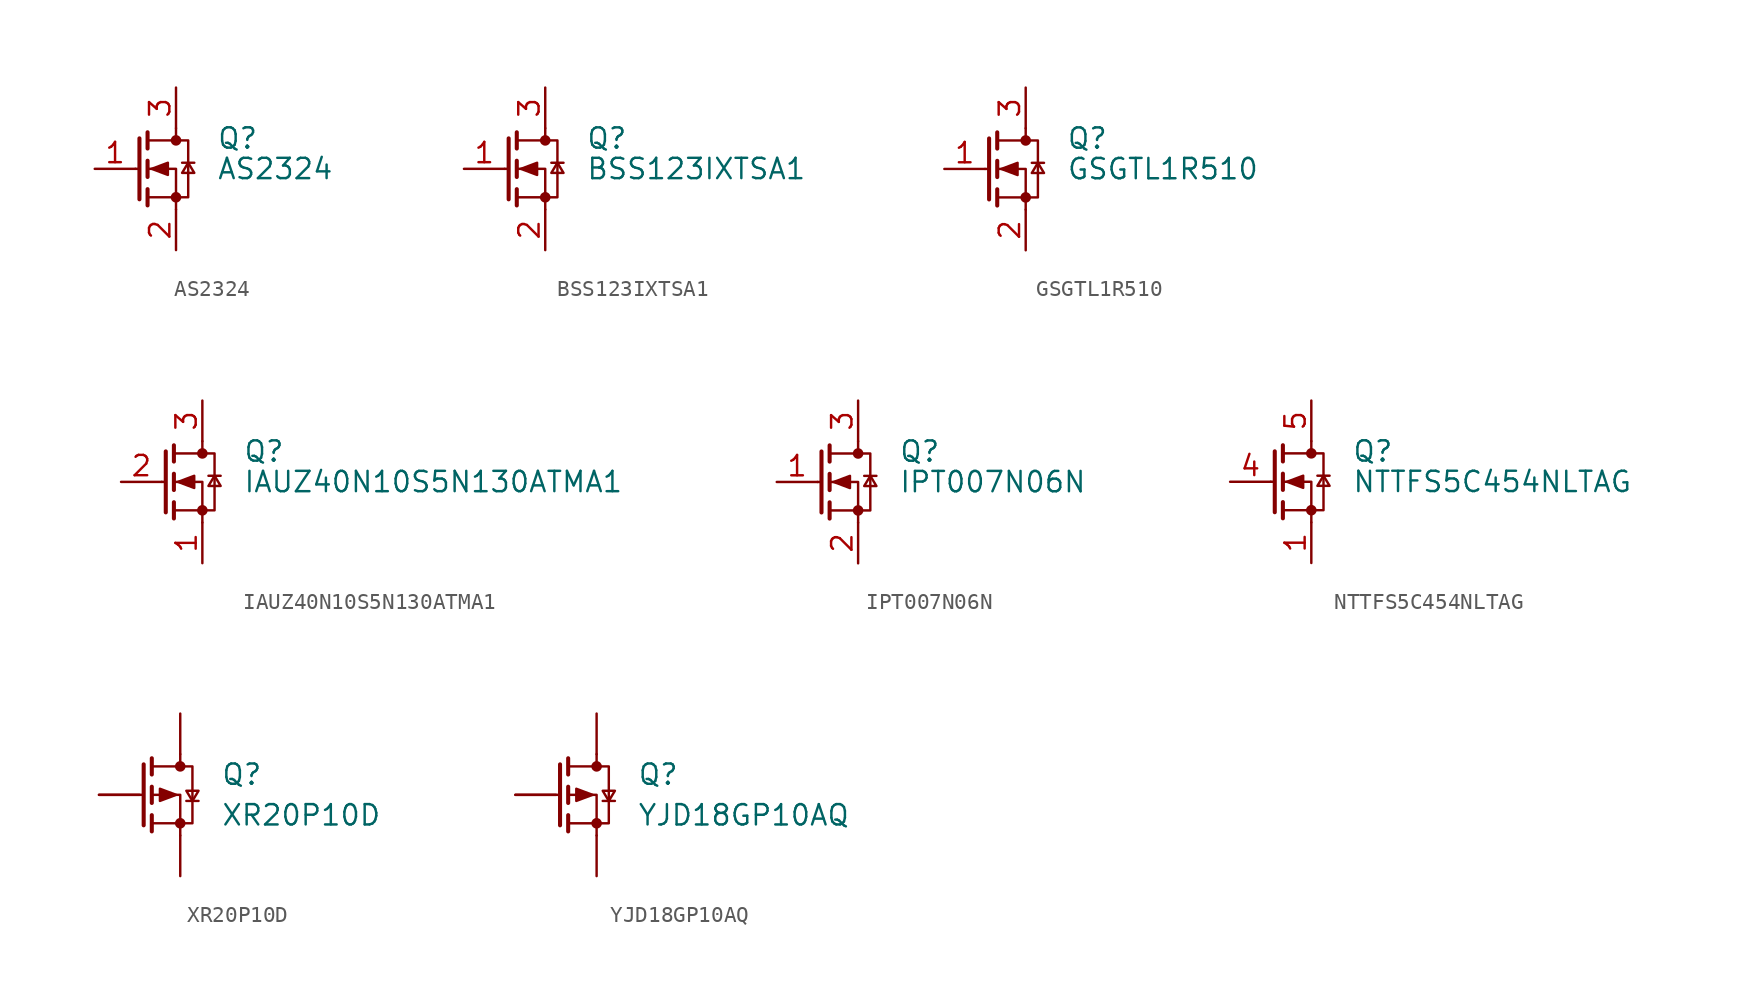
<source format=kicad_sym>
(kicad_symbol_lib
  (version 20241209)
  (generator "kicad_symbol_editor")
  (generator_version "9.0")
  (symbol "AS2324"
    (pin_names
      (offset 0)
      (hide yes))
    (property "Reference" "Q"
      (at 5.08 1.905 0)
      (effects (font (size 1.27 1.27)) (justify left)))
    (property "Value" "AS2324"
      (at 5.08 0 0)
      (effects (font (size 1.27 1.27)) (justify left)))
    (symbol "AS2324_0_1"
      (polyline (pts (xy 0.254 1.905) (xy 0.254 -1.905)) (stroke (width 0.254) (type default)) (fill (type none)))
      (polyline (pts (xy 0.254 0) (xy 0 0)) (stroke (width 0) (type default)) (fill (type none)))
      (polyline (pts (xy 0.762 2.286) (xy 0.762 1.27)) (stroke (width 0.254) (type default)) (fill (type none)))
      (polyline (pts (xy 0.762 0.508) (xy 0.762 -0.508)) (stroke (width 0.254) (type default)) (fill (type none)))
      (polyline (pts (xy 0.762 -1.27) (xy 0.762 -2.286)) (stroke (width 0.254) (type default)) (fill (type none)))
      (polyline (pts (xy 0.762 -1.778) (xy 3.302 -1.778) (xy 3.302 1.778) (xy 0.762 1.778)) (stroke (width 0) (type default)) (fill (type none)))
      (polyline (pts (xy 1.016 0) (xy 2.032 0.381) (xy 2.032 -0.381) (xy 1.016 0)) (stroke (width 0) (type default)) (fill (type outline)))
      (polyline (pts (xy 2.54 2.54) (xy 2.54 1.778)) (stroke (width 0) (type default)) (fill (type none)))
      (circle (center 2.54 1.778) (radius 0.254) (stroke (width 0) (type default)) (fill (type outline)))
      (circle (center 2.54 -1.778) (radius 0.254) (stroke (width 0) (type default)) (fill (type outline)))
      (polyline (pts (xy 2.54 -2.54) (xy 2.54 0) (xy 0.762 0)) (stroke (width 0) (type default)) (fill (type none)))
      (polyline (pts (xy 2.921 0.381) (xy 3.683 0.381)) (stroke (width 0) (type default)) (fill (type none)))
      (polyline (pts (xy 3.302 0.381) (xy 2.921 -0.254) (xy 3.683 -0.254) (xy 3.302 0.381)) (stroke (width 0) (type default)) (fill (type none))))
    (symbol "AS2324_1_1"
      (pin input line (at -2.54 0 0) (length 2.54) (name "G" (effects (font (size 1.27 1.27)))) (number "1" (effects (font (size 1.27 1.27)))))
      (pin passive line (at 2.54 5.08 270) (length 2.54) (name "D" (effects (font (size 1.27 1.27)))) (number "3" (effects (font (size 1.27 1.27)))))
      (pin passive line (at 2.54 -5.08 90) (length 2.54) (name "S" (effects (font (size 1.27 1.27)))) (number "2" (effects (font (size 1.27 1.27)))))))
  (symbol "BSS123IXTSA1"
    (pin_names
      (offset 0)
      (hide yes))
    (property "Reference" "Q"
      (at 5.08 1.905 0)
      (effects (font (size 1.27 1.27)) (justify left)))
    (property "Value" "BSS123IXTSA1"
      (at 5.08 0 0)
      (effects (font (size 1.27 1.27)) (justify left)))
    (symbol "BSS123IXTSA1_0_1"
      (polyline (pts (xy 0.254 1.905) (xy 0.254 -1.905)) (stroke (width 0.254) (type default)) (fill (type none)))
      (polyline (pts (xy 0.254 0) (xy 0 0)) (stroke (width 0) (type default)) (fill (type none)))
      (polyline (pts (xy 0.762 2.286) (xy 0.762 1.27)) (stroke (width 0.254) (type default)) (fill (type none)))
      (polyline (pts (xy 0.762 0.508) (xy 0.762 -0.508)) (stroke (width 0.254) (type default)) (fill (type none)))
      (polyline (pts (xy 0.762 -1.27) (xy 0.762 -2.286)) (stroke (width 0.254) (type default)) (fill (type none)))
      (polyline (pts (xy 0.762 -1.778) (xy 3.302 -1.778) (xy 3.302 1.778) (xy 0.762 1.778)) (stroke (width 0) (type default)) (fill (type none)))
      (polyline (pts (xy 1.016 0) (xy 2.032 0.381) (xy 2.032 -0.381) (xy 1.016 0)) (stroke (width 0) (type default)) (fill (type outline)))
      (polyline (pts (xy 2.54 2.54) (xy 2.54 1.778)) (stroke (width 0) (type default)) (fill (type none)))
      (circle (center 2.54 1.778) (radius 0.254) (stroke (width 0) (type default)) (fill (type outline)))
      (circle (center 2.54 -1.778) (radius 0.254) (stroke (width 0) (type default)) (fill (type outline)))
      (polyline (pts (xy 2.54 -2.54) (xy 2.54 0) (xy 0.762 0)) (stroke (width 0) (type default)) (fill (type none)))
      (polyline (pts (xy 2.921 0.381) (xy 3.683 0.381)) (stroke (width 0) (type default)) (fill (type none)))
      (polyline (pts (xy 3.302 0.381) (xy 2.921 -0.254) (xy 3.683 -0.254) (xy 3.302 0.381)) (stroke (width 0) (type default)) (fill (type none))))
    (symbol "BSS123IXTSA1_1_1"
      (pin input line (at -2.54 0 0) (length 2.54) (name "G" (effects (font (size 1.27 1.27)))) (number "1" (effects (font (size 1.27 1.27)))))
      (pin passive line (at 2.54 5.08 270) (length 2.54) (name "D" (effects (font (size 1.27 1.27)))) (number "3" (effects (font (size 1.27 1.27)))))
      (pin passive line (at 2.54 -5.08 90) (length 2.54) (name "S" (effects (font (size 1.27 1.27)))) (number "2" (effects (font (size 1.27 1.27)))))))
  (symbol "GSGTL1R510"
    (pin_names
      (offset 0)
      (hide yes))
    (property "Reference" "Q"
      (at 5.08 1.905 0)
      (effects (font (size 1.27 1.27)) (justify left)))
    (property "Value" "GSGTL1R510"
      (at 5.08 0 0)
      (effects (font (size 1.27 1.27)) (justify left)))
    (symbol "GSGTL1R510_0_1"
      (polyline (pts (xy 0.254 1.905) (xy 0.254 -1.905)) (stroke (width 0.254) (type default)) (fill (type none)))
      (polyline (pts (xy 0.254 0) (xy 0 0)) (stroke (width 0) (type default)) (fill (type none)))
      (polyline (pts (xy 0.762 2.286) (xy 0.762 1.27)) (stroke (width 0.254) (type default)) (fill (type none)))
      (polyline (pts (xy 0.762 0.508) (xy 0.762 -0.508)) (stroke (width 0.254) (type default)) (fill (type none)))
      (polyline (pts (xy 0.762 -1.27) (xy 0.762 -2.286)) (stroke (width 0.254) (type default)) (fill (type none)))
      (polyline (pts (xy 0.762 -1.778) (xy 3.302 -1.778) (xy 3.302 1.778) (xy 0.762 1.778)) (stroke (width 0) (type default)) (fill (type none)))
      (polyline (pts (xy 1.016 0) (xy 2.032 0.381) (xy 2.032 -0.381) (xy 1.016 0)) (stroke (width 0) (type default)) (fill (type outline)))
      (polyline (pts (xy 2.54 2.54) (xy 2.54 1.778)) (stroke (width 0) (type default)) (fill (type none)))
      (circle (center 2.54 1.778) (radius 0.254) (stroke (width 0) (type default)) (fill (type outline)))
      (circle (center 2.54 -1.778) (radius 0.254) (stroke (width 0) (type default)) (fill (type outline)))
      (polyline (pts (xy 2.54 -2.54) (xy 2.54 0) (xy 0.762 0)) (stroke (width 0) (type default)) (fill (type none)))
      (polyline (pts (xy 2.921 0.381) (xy 3.683 0.381)) (stroke (width 0) (type default)) (fill (type none)))
      (polyline (pts (xy 3.302 0.381) (xy 2.921 -0.254) (xy 3.683 -0.254) (xy 3.302 0.381)) (stroke (width 0) (type default)) (fill (type none))))
    (symbol "GSGTL1R510_1_1"
      (pin input line (at -2.54 0 0) (length 2.54) (name "G" (effects (font (size 1.27 1.27)))) (number "1" (effects (font (size 1.27 1.27)))))
      (pin passive line (at 2.54 5.08 270) (length 2.54) (name "D" (effects (font (size 1.27 1.27)))) (number "3" (effects (font (size 1.27 1.27)))))
      (pin passive line (at 2.54 -5.08 90) (length 2.54) (name "S" (effects (font (size 1.27 1.27)))) (number "2" (effects (font (size 1.27 1.27)))))))
  (symbol "IAUZ40N10S5N130ATMA1"
    (pin_names
      (offset 0)
      (hide yes))
    (property "Reference" "Q"
      (at 5.08 1.905 0)
      (effects (font (size 1.27 1.27)) (justify left)))
    (property "Value" "IAUZ40N10S5N130ATMA1"
      (at 5.08 0 0)
      (effects (font (size 1.27 1.27)) (justify left)))
    (symbol "IAUZ40N10S5N130ATMA1_0_1"
      (polyline (pts (xy 0.254 1.905) (xy 0.254 -1.905)) (stroke (width 0.254) (type default)) (fill (type none)))
      (polyline (pts (xy 0.254 0) (xy 0 0)) (stroke (width 0) (type default)) (fill (type none)))
      (polyline (pts (xy 0.762 2.286) (xy 0.762 1.27)) (stroke (width 0.254) (type default)) (fill (type none)))
      (polyline (pts (xy 0.762 0.508) (xy 0.762 -0.508)) (stroke (width 0.254) (type default)) (fill (type none)))
      (polyline (pts (xy 0.762 -1.27) (xy 0.762 -2.286)) (stroke (width 0.254) (type default)) (fill (type none)))
      (polyline (pts (xy 0.762 -1.778) (xy 3.302 -1.778) (xy 3.302 1.778) (xy 0.762 1.778)) (stroke (width 0) (type default)) (fill (type none)))
      (polyline (pts (xy 1.016 0) (xy 2.032 0.381) (xy 2.032 -0.381) (xy 1.016 0)) (stroke (width 0) (type default)) (fill (type outline)))
      (polyline (pts (xy 2.54 2.54) (xy 2.54 1.778)) (stroke (width 0) (type default)) (fill (type none)))
      (circle (center 2.54 1.778) (radius 0.254) (stroke (width 0) (type default)) (fill (type outline)))
      (circle (center 2.54 -1.778) (radius 0.254) (stroke (width 0) (type default)) (fill (type outline)))
      (polyline (pts (xy 2.54 -2.54) (xy 2.54 0) (xy 0.762 0)) (stroke (width 0) (type default)) (fill (type none)))
      (polyline (pts (xy 2.921 0.381) (xy 3.683 0.381)) (stroke (width 0) (type default)) (fill (type none)))
      (polyline (pts (xy 3.302 0.381) (xy 2.921 -0.254) (xy 3.683 -0.254) (xy 3.302 0.381)) (stroke (width 0) (type default)) (fill (type none))))
    (symbol "IAUZ40N10S5N130ATMA1_1_1"
      (pin input line (at -2.54 0 0) (length 2.54) (name "G" (effects (font (size 1.27 1.27)))) (number "2" (effects (font (size 1.27 1.27)))))
      (pin passive line (at 2.54 5.08 270) (length 2.54) (name "D" (effects (font (size 1.27 1.27)))) (number "3" (effects (font (size 1.27 1.27)))))
      (pin passive line (at 2.54 -5.08 90) (length 2.54) (name "S" (effects (font (size 1.27 1.27)))) (number "1" (effects (font (size 1.27 1.27)))))))
  (symbol "IPT007N06N"
    (pin_names
      (offset 0)
      (hide yes))
    (property "Reference" "Q"
      (at 5.08 1.905 0)
      (effects (font (size 1.27 1.27)) (justify left)))
    (property "Value" "IPT007N06N"
      (at 5.08 0 0)
      (effects (font (size 1.27 1.27)) (justify left)))
    (symbol "IPT007N06N_0_1"
      (polyline (pts (xy 0.254 1.905) (xy 0.254 -1.905)) (stroke (width 0.254) (type default)) (fill (type none)))
      (polyline (pts (xy 0.254 0) (xy 0 0)) (stroke (width 0) (type default)) (fill (type none)))
      (polyline (pts (xy 0.762 2.286) (xy 0.762 1.27)) (stroke (width 0.254) (type default)) (fill (type none)))
      (polyline (pts (xy 0.762 0.508) (xy 0.762 -0.508)) (stroke (width 0.254) (type default)) (fill (type none)))
      (polyline (pts (xy 0.762 -1.27) (xy 0.762 -2.286)) (stroke (width 0.254) (type default)) (fill (type none)))
      (polyline (pts (xy 0.762 -1.778) (xy 3.302 -1.778) (xy 3.302 1.778) (xy 0.762 1.778)) (stroke (width 0) (type default)) (fill (type none)))
      (polyline (pts (xy 1.016 0) (xy 2.032 0.381) (xy 2.032 -0.381) (xy 1.016 0)) (stroke (width 0) (type default)) (fill (type outline)))
      (polyline (pts (xy 2.54 2.54) (xy 2.54 1.778)) (stroke (width 0) (type default)) (fill (type none)))
      (circle (center 2.54 1.778) (radius 0.254) (stroke (width 0) (type default)) (fill (type outline)))
      (circle (center 2.54 -1.778) (radius 0.254) (stroke (width 0) (type default)) (fill (type outline)))
      (polyline (pts (xy 2.54 -2.54) (xy 2.54 0) (xy 0.762 0)) (stroke (width 0) (type default)) (fill (type none)))
      (polyline (pts (xy 2.921 0.381) (xy 3.683 0.381)) (stroke (width 0) (type default)) (fill (type none)))
      (polyline (pts (xy 3.302 0.381) (xy 2.921 -0.254) (xy 3.683 -0.254) (xy 3.302 0.381)) (stroke (width 0) (type default)) (fill (type none))))
    (symbol "IPT007N06N_1_1"
      (pin input line (at -2.54 0 0) (length 2.54) (name "G" (effects (font (size 1.27 1.27)))) (number "1" (effects (font (size 1.27 1.27)))))
      (pin passive line (at 2.54 5.08 270) (length 2.54) (name "D" (effects (font (size 1.27 1.27)))) (number "3" (effects (font (size 1.27 1.27)))))
      (pin passive line (at 2.54 -5.08 90) (length 2.54) (name "S" (effects (font (size 1.27 1.27)))) (number "2" (effects (font (size 1.27 1.27)))))))
  (symbol "NTTFS5C454NLTAG"
    (pin_names
      (offset 0)
      (hide yes))
    (property "Reference" "Q"
      (at 5.08 1.905 0)
      (effects (font (size 1.27 1.27)) (justify left)))
    (property "Value" "NTTFS5C454NLTAG"
      (at 5.08 0 0)
      (effects (font (size 1.27 1.27)) (justify left)))
    (symbol "NTTFS5C454NLTAG_0_1"
      (polyline (pts (xy 0.254 1.905) (xy 0.254 -1.905)) (stroke (width 0.254) (type default)) (fill (type none)))
      (polyline (pts (xy 0.254 0) (xy 0 0)) (stroke (width 0) (type default)) (fill (type none)))
      (polyline (pts (xy 0.762 2.286) (xy 0.762 1.27)) (stroke (width 0.254) (type default)) (fill (type none)))
      (polyline (pts (xy 0.762 0.508) (xy 0.762 -0.508)) (stroke (width 0.254) (type default)) (fill (type none)))
      (polyline (pts (xy 0.762 -1.27) (xy 0.762 -2.286)) (stroke (width 0.254) (type default)) (fill (type none)))
      (polyline (pts (xy 0.762 -1.778) (xy 3.302 -1.778) (xy 3.302 1.778) (xy 0.762 1.778)) (stroke (width 0) (type default)) (fill (type none)))
      (polyline (pts (xy 1.016 0) (xy 2.032 0.381) (xy 2.032 -0.381) (xy 1.016 0)) (stroke (width 0) (type default)) (fill (type outline)))
      (polyline (pts (xy 2.54 2.54) (xy 2.54 1.778)) (stroke (width 0) (type default)) (fill (type none)))
      (circle (center 2.54 1.778) (radius 0.254) (stroke (width 0) (type default)) (fill (type outline)))
      (circle (center 2.54 -1.778) (radius 0.254) (stroke (width 0) (type default)) (fill (type outline)))
      (polyline (pts (xy 2.54 -2.54) (xy 2.54 0) (xy 0.762 0)) (stroke (width 0) (type default)) (fill (type none)))
      (polyline (pts (xy 2.921 0.381) (xy 3.683 0.381)) (stroke (width 0) (type default)) (fill (type none)))
      (polyline (pts (xy 3.302 0.381) (xy 2.921 -0.254) (xy 3.683 -0.254) (xy 3.302 0.381)) (stroke (width 0) (type default)) (fill (type none))))
    (symbol "NTTFS5C454NLTAG_1_1"
      (pin input line (at -2.54 0 0) (length 2.54) (name "G" (effects (font (size 1.27 1.27)))) (number "4" (effects (font (size 1.27 1.27)))))
      (pin passive line (at 2.54 5.08 270) (length 2.54) (name "D" (effects (font (size 1.27 1.27)))) (number "5" (effects (font (size 1.27 1.27)))))
      (pin passive line (at 2.54 5.08 270) (length 2.54) (hide yes) (name "D" (effects (font (size 1.27 1.27)))) (number "6" (effects (font (size 1.27 1.27)))))
      (pin passive line (at 2.54 5.08 270) (length 2.54) (hide yes) (name "D" (effects (font (size 1.27 1.27)))) (number "7" (effects (font (size 1.27 1.27)))))
      (pin passive line (at 2.54 5.08 270) (length 2.54) (hide yes) (name "D" (effects (font (size 1.27 1.27)))) (number "8" (effects (font (size 1.27 1.27)))))
      (pin passive line (at 2.54 -5.08 90) (length 2.54) (name "S" (effects (font (size 1.27 1.27)))) (number "1" (effects (font (size 1.27 1.27)))))
      (pin passive line (at 2.54 -5.08 90) (length 2.54) (hide yes) (name "S" (effects (font (size 1.27 1.27)))) (number "2" (effects (font (size 1.27 1.27)))))
      (pin passive line (at 2.54 -5.08 90) (length 2.54) (hide yes) (name "S" (effects (font (size 1.27 1.27)))) (number "3" (effects (font (size 1.27 1.27)))))))
  (symbol "XR20P10D"
    (pin_numbers
      (hide yes))
    (pin_names
      (offset 0)
      (hide yes))
    (property "Reference" "Q"
      (at 5.08 1.27 0)
      (effects (font (size 1.27 1.27)) (justify left)))
    (property "Value" "XR20P10D"
      (at 5.08 -1.27 0)
      (effects (font (size 1.27 1.27)) (justify left)))
    (symbol "XR20P10D_0_1"
      (polyline (pts (xy 0.254 1.905) (xy 0.254 -1.905)) (stroke (width 0.254) (type default)) (fill (type none)))
      (polyline (pts (xy 0.254 0) (xy -2.54 0)) (stroke (width 0) (type default)) (fill (type none)))
      (polyline (pts (xy 0.762 2.286) (xy 0.762 1.27)) (stroke (width 0.254) (type default)) (fill (type none)))
      (polyline (pts (xy 0.762 1.778) (xy 3.302 1.778) (xy 3.302 -1.778) (xy 0.762 -1.778)) (stroke (width 0) (type default)) (fill (type none)))
      (polyline (pts (xy 0.762 0.508) (xy 0.762 -0.508)) (stroke (width 0.254) (type default)) (fill (type none)))
      (polyline (pts (xy 0.762 -1.27) (xy 0.762 -2.286)) (stroke (width 0.254) (type default)) (fill (type none)))
      (polyline (pts (xy 2.286 0) (xy 1.27 0.381) (xy 1.27 -0.381) (xy 2.286 0)) (stroke (width 0) (type default)) (fill (type outline)))
      (polyline (pts (xy 2.54 2.54) (xy 2.54 1.778)) (stroke (width 0) (type default)) (fill (type none)))
      (circle (center 2.54 1.778) (radius 0.254) (stroke (width 0) (type default)) (fill (type outline)))
      (circle (center 2.54 -1.778) (radius 0.254) (stroke (width 0) (type default)) (fill (type outline)))
      (polyline (pts (xy 2.54 -2.54) (xy 2.54 0) (xy 0.762 0)) (stroke (width 0) (type default)) (fill (type none)))
      (polyline (pts (xy 2.921 -0.381) (xy 3.683 -0.381)) (stroke (width 0) (type default)) (fill (type none)))
      (polyline (pts (xy 3.302 -0.381) (xy 2.921 0.254) (xy 3.683 0.254) (xy 3.302 -0.381)) (stroke (width 0) (type default)) (fill (type none))))
    (symbol "XR20P10D_1_1"
      (pin input line (at -2.54 0 0) (length 2.54) (name "G" (effects (font (size 1.27 1.27)))) (number "3" (effects (font (size 1.27 1.27)))))
      (pin passive line (at 2.54 5.08 270) (length 2.54) (name "D" (effects (font (size 1.27 1.27)))) (number "1" (effects (font (size 1.27 1.27)))))
      (pin passive line (at 2.54 -5.08 90) (length 2.54) (name "S" (effects (font (size 1.27 1.27)))) (number "2" (effects (font (size 1.27 1.27)))))))
  (symbol "YJD18GP10AQ"
    (pin_numbers
      (hide yes))
    (pin_names
      (offset 0)
      (hide yes))
    (property "Reference" "Q"
      (at 5.08 1.27 0)
      (effects (font (size 1.27 1.27)) (justify left)))
    (property "Value" "YJD18GP10AQ"
      (at 5.08 -1.27 0)
      (effects (font (size 1.27 1.27)) (justify left)))
    (symbol "YJD18GP10AQ_0_1"
      (polyline (pts (xy 0.254 1.905) (xy 0.254 -1.905)) (stroke (width 0.254) (type default)) (fill (type none)))
      (polyline (pts (xy 0.254 0) (xy -2.54 0)) (stroke (width 0) (type default)) (fill (type none)))
      (polyline (pts (xy 0.762 2.286) (xy 0.762 1.27)) (stroke (width 0.254) (type default)) (fill (type none)))
      (polyline (pts (xy 0.762 1.778) (xy 3.302 1.778) (xy 3.302 -1.778) (xy 0.762 -1.778)) (stroke (width 0) (type default)) (fill (type none)))
      (polyline (pts (xy 0.762 0.508) (xy 0.762 -0.508)) (stroke (width 0.254) (type default)) (fill (type none)))
      (polyline (pts (xy 0.762 -1.27) (xy 0.762 -2.286)) (stroke (width 0.254) (type default)) (fill (type none)))
      (polyline (pts (xy 2.286 0) (xy 1.27 0.381) (xy 1.27 -0.381) (xy 2.286 0)) (stroke (width 0) (type default)) (fill (type outline)))
      (polyline (pts (xy 2.54 2.54) (xy 2.54 1.778)) (stroke (width 0) (type default)) (fill (type none)))
      (circle (center 2.54 1.778) (radius 0.254) (stroke (width 0) (type default)) (fill (type outline)))
      (circle (center 2.54 -1.778) (radius 0.254) (stroke (width 0) (type default)) (fill (type outline)))
      (polyline (pts (xy 2.54 -2.54) (xy 2.54 0) (xy 0.762 0)) (stroke (width 0) (type default)) (fill (type none)))
      (polyline (pts (xy 2.921 -0.381) (xy 3.683 -0.381)) (stroke (width 0) (type default)) (fill (type none)))
      (polyline (pts (xy 3.302 -0.381) (xy 2.921 0.254) (xy 3.683 0.254) (xy 3.302 -0.381)) (stroke (width 0) (type default)) (fill (type none))))
    (symbol "YJD18GP10AQ_1_1"
      (pin input line (at -2.54 0 0) (length 2.54) (name "G" (effects (font (size 1.27 1.27)))) (number "1" (effects (font (size 1.27 1.27)))))
      (pin passive line (at 2.54 5.08 270) (length 2.54) (name "D" (effects (font (size 1.27 1.27)))) (number "2" (effects (font (size 1.27 1.27)))))
      (pin passive line (at 2.54 -5.08 90) (length 2.54) (name "S" (effects (font (size 1.27 1.27)))) (number "3" (effects (font (size 1.27 1.27))))))))
</source>
